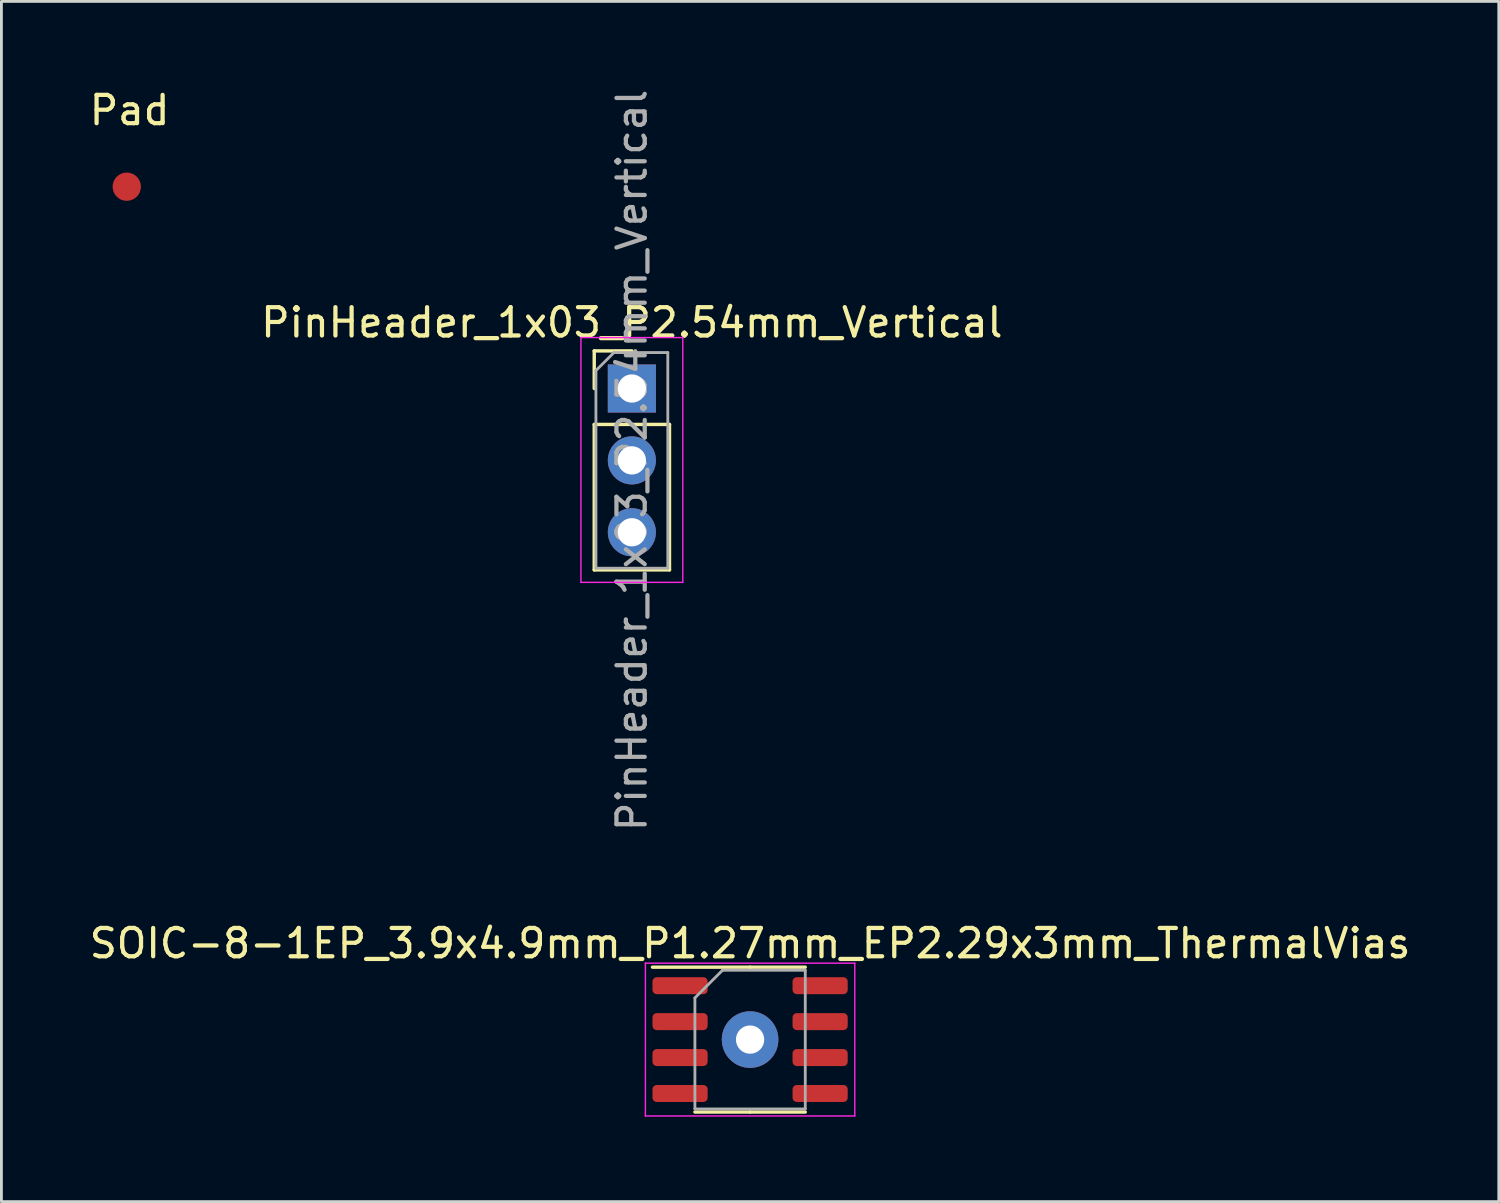
<source format=kicad_pcb>
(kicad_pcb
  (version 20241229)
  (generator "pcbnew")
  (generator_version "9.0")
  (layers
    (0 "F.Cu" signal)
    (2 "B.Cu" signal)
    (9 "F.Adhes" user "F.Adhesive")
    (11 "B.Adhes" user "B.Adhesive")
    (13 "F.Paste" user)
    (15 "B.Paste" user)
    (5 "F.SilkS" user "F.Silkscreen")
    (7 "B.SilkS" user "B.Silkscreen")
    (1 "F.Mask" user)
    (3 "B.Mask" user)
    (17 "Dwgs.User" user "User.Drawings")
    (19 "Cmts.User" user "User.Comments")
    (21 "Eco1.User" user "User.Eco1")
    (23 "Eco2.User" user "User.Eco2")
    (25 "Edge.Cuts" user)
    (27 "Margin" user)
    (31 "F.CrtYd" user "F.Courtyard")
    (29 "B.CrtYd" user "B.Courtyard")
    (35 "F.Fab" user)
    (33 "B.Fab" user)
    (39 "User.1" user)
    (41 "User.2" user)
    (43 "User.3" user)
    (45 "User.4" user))
  (footprint "Pad"
    (layer "F.Cu")
    (at 1.43 3.648)
    (property "Reference" "Pad" (at 0.1 -2.8 0) (layer "F.SilkS") (effects (font (size 1 1) (thickness 0.15))))
    (attr through_hole)
    (pad "1" smd circle (at 0 -0.1) (size 1 1) (layers "F.Cu" "F.Mask" "F.Paste")))
  (footprint "SOIC-8-1EP_3.9x4.9mm_P1.27mm_EP2.29x3mm_ThermalVias"
    (layer "F.Cu")
    (at 23.458 33.689)
    (property "Reference" "SOIC-8-1EP_3.9x4.9mm_P1.27mm_EP2.29x3mm_ThermalVias" (at 0 -3.4 0) (layer "F.SilkS") (effects (font (size 1 1) (thickness 0.15))))
    (attr smd)
    (fp_line (start 0 -2.56) (end -3.45 -2.56) (stroke (width 0.12) (type solid)) (layer "F.SilkS"))
    (fp_line (start 0 -2.56) (end 1.95 -2.56) (stroke (width 0.12) (type solid)) (layer "F.SilkS"))
    (fp_line (start 0 2.56) (end -1.95 2.56) (stroke (width 0.12) (type solid)) (layer "F.SilkS"))
    (fp_line (start 0 2.56) (end 1.95 2.56) (stroke (width 0.12) (type solid)) (layer "F.SilkS"))
    (fp_line (start -3.7 -2.7) (end -3.7 2.7) (stroke (width 0.05) (type solid)) (layer "F.CrtYd"))
    (fp_line (start -3.7 2.7) (end 3.7 2.7) (stroke (width 0.05) (type solid)) (layer "F.CrtYd"))
    (fp_line (start 3.7 -2.7) (end -3.7 -2.7) (stroke (width 0.05) (type solid)) (layer "F.CrtYd"))
    (fp_line (start 3.7 2.7) (end 3.7 -2.7) (stroke (width 0.05) (type solid)) (layer "F.CrtYd"))
    (fp_line (start -1.95 -1.475) (end -0.975 -2.45) (stroke (width 0.1) (type solid)) (layer "F.Fab"))
    (fp_line (start -1.95 2.45) (end -1.95 -1.475) (stroke (width 0.1) (type solid)) (layer "F.Fab"))
    (fp_line (start -0.975 -2.45) (end 1.95 -2.45) (stroke (width 0.1) (type solid)) (layer "F.Fab"))
    (fp_line (start 1.95 -2.45) (end 1.95 2.45) (stroke (width 0.1) (type solid)) (layer "F.Fab"))
    (fp_line (start 1.95 2.45) (end -1.95 2.45) (stroke (width 0.1) (type solid)) (layer "F.Fab"))
    (pad "1" smd roundrect (at -2.475 -1.905) (size 1.95 0.6) (layers "F.Cu" "F.Mask" "F.Paste") (roundrect_rratio 0.25))
    (pad "2" smd roundrect (at -2.475 -0.635) (size 1.95 0.6) (layers "F.Cu" "F.Mask" "F.Paste") (roundrect_rratio 0.25))
    (pad "3" smd roundrect (at -2.475 0.635) (size 1.95 0.6) (layers "F.Cu" "F.Mask" "F.Paste") (roundrect_rratio 0.25))
    (pad "4" smd roundrect (at -2.475 1.905) (size 1.95 0.6) (layers "F.Cu" "F.Mask" "F.Paste") (roundrect_rratio 0.25))
    (pad "5" smd roundrect (at 2.475 1.905) (size 1.95 0.6) (layers "F.Cu" "F.Mask" "F.Paste") (roundrect_rratio 0.25))
    (pad "6" smd roundrect (at 2.475 0.635) (size 1.95 0.6) (layers "F.Cu" "F.Mask" "F.Paste") (roundrect_rratio 0.25))
    (pad "7" smd roundrect (at 2.475 -0.635) (size 1.95 0.6) (layers "F.Cu" "F.Mask" "F.Paste") (roundrect_rratio 0.25))
    (pad "8" smd roundrect (at 2.475 -1.905) (size 1.95 0.6) (layers "F.Cu" "F.Mask" "F.Paste") (roundrect_rratio 0.25))
    (pad "9" thru_hole circle (at 0 0) (size 2 2) (drill 1) (layers "*.Cu" "*.Mask")))
  (footprint "PinHeader_1x03_P2.54mm_Vertical"
    (layer "F.Cu")
    (at 19.28 10.68)
    (property "Reference" "PinHeader_1x03_P2.54mm_Vertical" (at 0 -2.33 0) (layer "F.SilkS") (effects (font (size 1 1) (thickness 0.15))))
    (attr through_hole)
    (fp_line (start -1.33 -1.33) (end 0 -1.33) (stroke (width 0.12) (type solid)) (layer "F.SilkS"))
    (fp_line (start -1.33 0) (end -1.33 -1.33) (stroke (width 0.12) (type solid)) (layer "F.SilkS"))
    (fp_line (start -1.33 1.27) (end -1.33 6.41) (stroke (width 0.12) (type solid)) (layer "F.SilkS"))
    (fp_line (start -1.33 1.27) (end 1.33 1.27) (stroke (width 0.12) (type solid)) (layer "F.SilkS"))
    (fp_line (start -1.33 6.41) (end 1.33 6.41) (stroke (width 0.12) (type solid)) (layer "F.SilkS"))
    (fp_line (start 1.33 1.27) (end 1.33 6.41) (stroke (width 0.12) (type solid)) (layer "F.SilkS"))
    (fp_line (start -1.8 -1.8) (end -1.8 6.85) (stroke (width 0.05) (type solid)) (layer "F.CrtYd"))
    (fp_line (start -1.8 6.85) (end 1.8 6.85) (stroke (width 0.05) (type solid)) (layer "F.CrtYd"))
    (fp_line (start 1.8 -1.8) (end -1.8 -1.8) (stroke (width 0.05) (type solid)) (layer "F.CrtYd"))
    (fp_line (start 1.8 6.85) (end 1.8 -1.8) (stroke (width 0.05) (type solid)) (layer "F.CrtYd"))
    (fp_line (start -1.27 -0.635) (end -0.635 -1.27) (stroke (width 0.1) (type solid)) (layer "F.Fab"))
    (fp_line (start -1.27 6.35) (end -1.27 -0.635) (stroke (width 0.1) (type solid)) (layer "F.Fab"))
    (fp_line (start -0.635 -1.27) (end 1.27 -1.27) (stroke (width 0.1) (type solid)) (layer "F.Fab"))
    (fp_line (start 1.27 -1.27) (end 1.27 6.35) (stroke (width 0.1) (type solid)) (layer "F.Fab"))
    (fp_line (start 1.27 6.35) (end -1.27 6.35) (stroke (width 0.1) (type solid)) (layer "F.Fab"))
    (fp_text user "${REFERENCE}" (at 0 2.54 90) (layer "F.Fab") (effects (font (size 1 1) (thickness 0.15))))
    (pad "+5V" thru_hole oval (at 0 2.54) (size 1.7 1.7) (drill 1) (layers "*.Cu" "*.Mask"))
    (pad "GND" thru_hole rect (at 0 0) (size 1.7 1.7) (drill 1) (layers "*.Cu" "*.Mask"))
    (pad "PWM" thru_hole oval (at 0 5.08) (size 1.7 1.7) (drill 1) (layers "*.Cu" "*.Mask")))
  (gr_rect
    (start -3 -3)
    (end 49.917 39.414)
    (stroke (width 0.1) (type default))
    (fill no)
    (layer "Edge.Cuts")))
</source>
